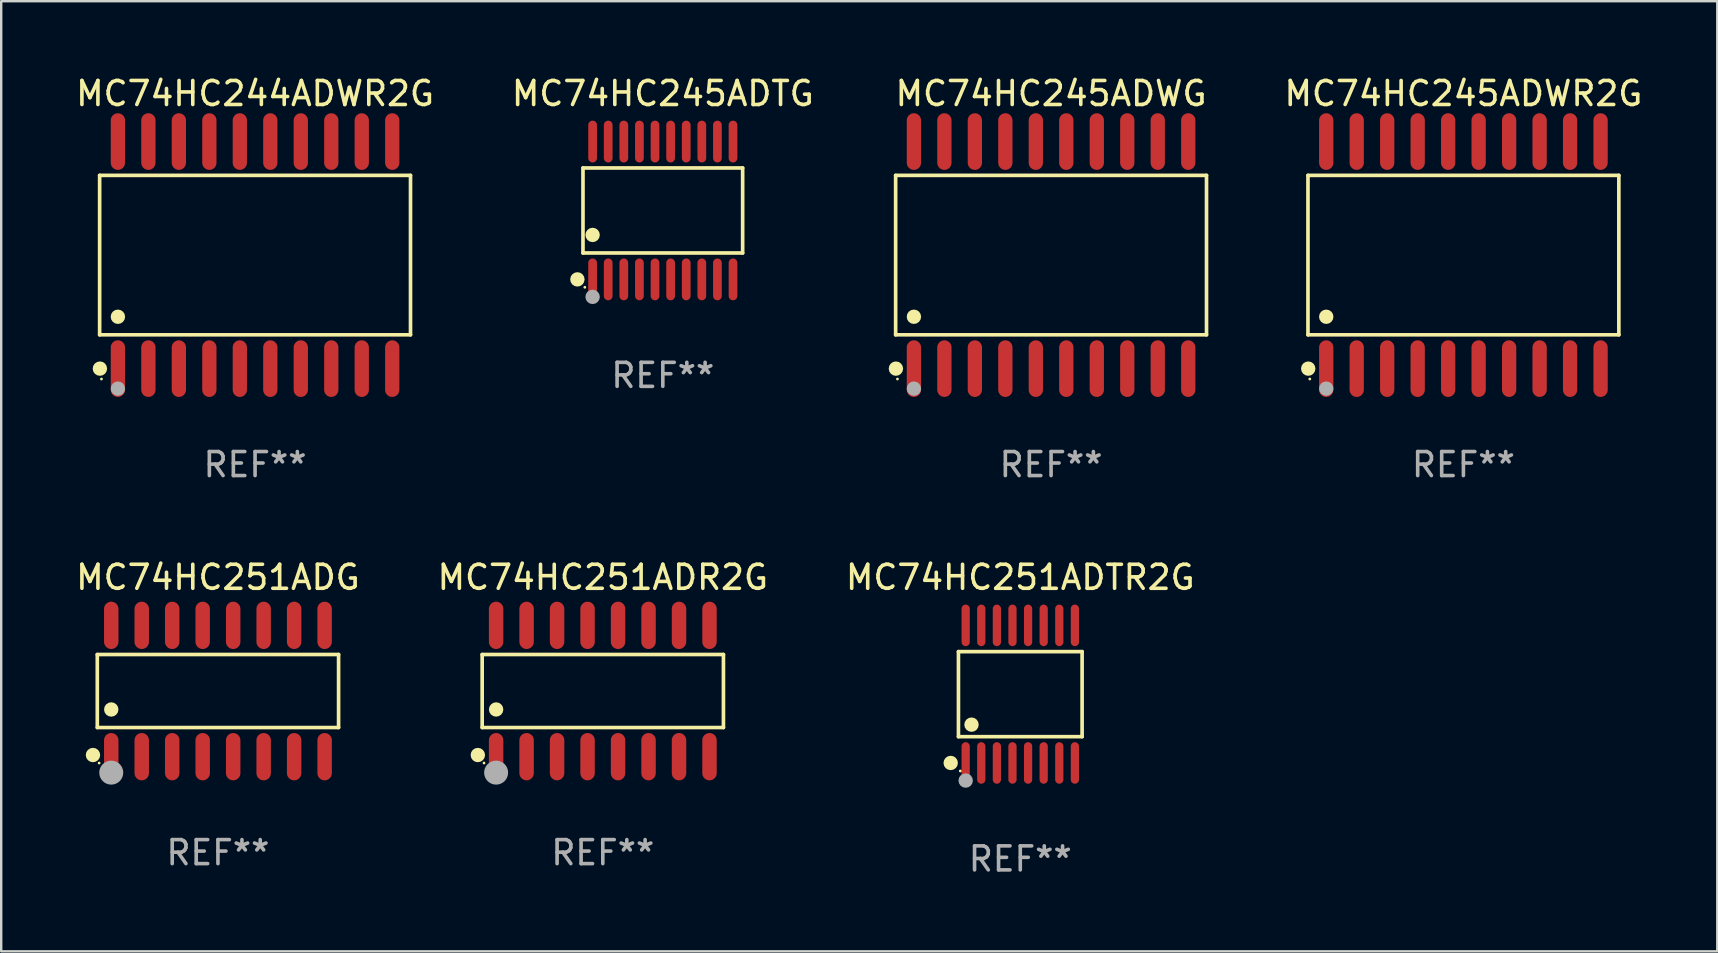
<source format=kicad_pcb>
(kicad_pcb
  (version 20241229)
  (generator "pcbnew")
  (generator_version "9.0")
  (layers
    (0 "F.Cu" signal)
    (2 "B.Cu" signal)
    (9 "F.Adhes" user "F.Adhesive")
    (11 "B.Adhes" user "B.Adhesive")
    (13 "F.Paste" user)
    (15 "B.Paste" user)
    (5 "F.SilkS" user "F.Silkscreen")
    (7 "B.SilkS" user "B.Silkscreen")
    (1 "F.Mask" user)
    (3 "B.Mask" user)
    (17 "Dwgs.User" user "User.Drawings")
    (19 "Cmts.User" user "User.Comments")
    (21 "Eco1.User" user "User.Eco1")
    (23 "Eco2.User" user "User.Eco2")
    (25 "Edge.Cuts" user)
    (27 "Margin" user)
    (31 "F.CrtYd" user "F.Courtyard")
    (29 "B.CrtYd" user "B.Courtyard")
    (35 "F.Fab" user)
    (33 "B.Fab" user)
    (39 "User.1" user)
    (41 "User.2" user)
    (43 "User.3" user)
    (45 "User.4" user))
  (footprint "MC74HC245ADWG"
    (layer "F.Cu")
    (at 40.741 7.578)
    (property "Reference" "MC74HC245ADWG" (at 0 -6.73 0) (layer "F.SilkS") (effects (font (size 1 1) (thickness 0.15))))
    (attr through_hole)
    (fp_line (start -6.476 -3.321) (end 6.476 -3.321) (stroke (width 0.152) (type solid)) (layer "F.SilkS"))
    (fp_line (start -6.476 3.321) (end -6.476 -3.321) (stroke (width 0.152) (type solid)) (layer "F.SilkS"))
    (fp_line (start 6.476 -3.321) (end 6.476 3.321) (stroke (width 0.152) (type solid)) (layer "F.SilkS"))
    (fp_line (start 6.476 3.321) (end -6.476 3.321) (stroke (width 0.152) (type solid)) (layer "F.SilkS"))
    (fp_circle (center -6.465 4.73) (end -6.315 4.73) (stroke (width 0.3) (type solid)) (fill no) (layer "F.SilkS"))
    (fp_circle (center -6.4 5.163) (end -6.37 5.163) (stroke (width 0.06) (type solid)) (fill no) (layer "F.SilkS"))
    (fp_circle (center -5.715 2.569) (end -5.565 2.569) (stroke (width 0.3) (type solid)) (fill no) (layer "F.SilkS"))
    (fp_circle (center -5.715 5.563) (end -5.565 5.563) (stroke (width 0.3) (type solid)) (fill no) (layer "F.Fab"))
    (fp_text user "REF**" (at 0 8.73 0) (layer "F.Fab") (effects (font (size 1 1) (thickness 0.15))))
    (pad "1" smd oval (at -5.715 4.73) (size 0.595 2.36) (layers "F.Cu" "F.Mask" "F.Paste"))
    (pad "2" smd oval (at -4.445 4.73) (size 0.595 2.36) (layers "F.Cu" "F.Mask" "F.Paste"))
    (pad "3" smd oval (at -3.175 4.73) (size 0.595 2.36) (layers "F.Cu" "F.Mask" "F.Paste"))
    (pad "4" smd oval (at -1.905 4.73) (size 0.595 2.36) (layers "F.Cu" "F.Mask" "F.Paste"))
    (pad "5" smd oval (at -0.635 4.73) (size 0.595 2.36) (layers "F.Cu" "F.Mask" "F.Paste"))
    (pad "6" smd oval (at 0.635 4.73) (size 0.595 2.36) (layers "F.Cu" "F.Mask" "F.Paste"))
    (pad "7" smd oval (at 1.905 4.73) (size 0.595 2.36) (layers "F.Cu" "F.Mask" "F.Paste"))
    (pad "8" smd oval (at 3.175 4.73) (size 0.595 2.36) (layers "F.Cu" "F.Mask" "F.Paste"))
    (pad "9" smd oval (at 4.445 4.73) (size 0.595 2.36) (layers "F.Cu" "F.Mask" "F.Paste"))
    (pad "10" smd oval (at 5.715 4.73) (size 0.595 2.36) (layers "F.Cu" "F.Mask" "F.Paste"))
    (pad "11" smd oval (at 5.715 -4.73) (size 0.595 2.36) (layers "F.Cu" "F.Mask" "F.Paste"))
    (pad "12" smd oval (at 4.445 -4.73) (size 0.595 2.36) (layers "F.Cu" "F.Mask" "F.Paste"))
    (pad "13" smd oval (at 3.175 -4.73) (size 0.595 2.36) (layers "F.Cu" "F.Mask" "F.Paste"))
    (pad "14" smd oval (at 1.905 -4.73) (size 0.595 2.36) (layers "F.Cu" "F.Mask" "F.Paste"))
    (pad "15" smd oval (at 0.635 -4.73) (size 0.595 2.36) (layers "F.Cu" "F.Mask" "F.Paste"))
    (pad "16" smd oval (at -0.635 -4.73) (size 0.595 2.36) (layers "F.Cu" "F.Mask" "F.Paste"))
    (pad "17" smd oval (at -1.905 -4.73) (size 0.595 2.36) (layers "F.Cu" "F.Mask" "F.Paste"))
    (pad "18" smd oval (at -3.175 -4.73) (size 0.595 2.36) (layers "F.Cu" "F.Mask" "F.Paste"))
    (pad "19" smd oval (at -4.445 -4.73) (size 0.595 2.36) (layers "F.Cu" "F.Mask" "F.Paste"))
    (pad "20" smd oval (at -5.715 -4.73) (size 0.595 2.36) (layers "F.Cu" "F.Mask" "F.Paste")))
  (footprint "MC74HC251ADG"
    (layer "F.Cu")
    (at 6.03 25.74)
    (property "Reference" "MC74HC251ADG" (at 0 -4.736 0) (layer "F.SilkS") (effects (font (size 1 1) (thickness 0.15))))
    (attr through_hole)
    (fp_line (start -5.026 -1.521) (end 5.026 -1.521) (stroke (width 0.152) (type solid)) (layer "F.SilkS"))
    (fp_line (start -5.026 1.521) (end -5.026 -1.521) (stroke (width 0.152) (type solid)) (layer "F.SilkS"))
    (fp_line (start 5.026 -1.521) (end 5.026 1.521) (stroke (width 0.152) (type solid)) (layer "F.SilkS"))
    (fp_line (start 5.026 1.521) (end -5.026 1.521) (stroke (width 0.152) (type solid)) (layer "F.SilkS"))
    (fp_circle (center -5.207 2.667) (end -5.057 2.667) (stroke (width 0.3) (type solid)) (fill no) (layer "F.SilkS"))
    (fp_circle (center -4.95 3) (end -4.92 3) (stroke (width 0.06) (type solid)) (fill no) (layer "F.SilkS"))
    (fp_circle (center -4.445 0.769) (end -4.295 0.769) (stroke (width 0.3) (type solid)) (fill no) (layer "F.SilkS"))
    (fp_circle (center -4.445 3.4) (end -4.195 3.4) (stroke (width 0.5) (type solid)) (fill no) (layer "F.Fab"))
    (fp_text user "REF**" (at 0 6.736 0) (layer "F.Fab") (effects (font (size 1 1) (thickness 0.15))))
    (pad "1" smd oval (at -4.445 2.736) (size 0.602 1.971) (layers "F.Cu" "F.Mask" "F.Paste"))
    (pad "2" smd oval (at -3.175 2.736) (size 0.602 1.971) (layers "F.Cu" "F.Mask" "F.Paste"))
    (pad "3" smd oval (at -1.905 2.736) (size 0.602 1.971) (layers "F.Cu" "F.Mask" "F.Paste"))
    (pad "4" smd oval (at -0.635 2.736) (size 0.602 1.971) (layers "F.Cu" "F.Mask" "F.Paste"))
    (pad "5" smd oval (at 0.635 2.736) (size 0.602 1.971) (layers "F.Cu" "F.Mask" "F.Paste"))
    (pad "6" smd oval (at 1.905 2.736) (size 0.602 1.971) (layers "F.Cu" "F.Mask" "F.Paste"))
    (pad "7" smd oval (at 3.175 2.736) (size 0.602 1.971) (layers "F.Cu" "F.Mask" "F.Paste"))
    (pad "8" smd oval (at 4.445 2.736) (size 0.602 1.971) (layers "F.Cu" "F.Mask" "F.Paste"))
    (pad "9" smd oval (at 4.445 -2.736) (size 0.602 1.971) (layers "F.Cu" "F.Mask" "F.Paste"))
    (pad "10" smd oval (at 3.175 -2.736) (size 0.602 1.971) (layers "F.Cu" "F.Mask" "F.Paste"))
    (pad "11" smd oval (at 1.905 -2.736) (size 0.602 1.971) (layers "F.Cu" "F.Mask" "F.Paste"))
    (pad "12" smd oval (at 0.635 -2.736) (size 0.602 1.971) (layers "F.Cu" "F.Mask" "F.Paste"))
    (pad "13" smd oval (at -0.635 -2.736) (size 0.602 1.971) (layers "F.Cu" "F.Mask" "F.Paste"))
    (pad "14" smd oval (at -1.905 -2.736) (size 0.602 1.971) (layers "F.Cu" "F.Mask" "F.Paste"))
    (pad "15" smd oval (at -3.175 -2.736) (size 0.602 1.971) (layers "F.Cu" "F.Mask" "F.Paste"))
    (pad "16" smd oval (at -4.445 -2.736) (size 0.602 1.971) (layers "F.Cu" "F.Mask" "F.Paste")))
  (footprint "MC74HC251ADR2G"
    (layer "F.Cu")
    (at 22.065 25.74)
    (property "Reference" "MC74HC251ADR2G" (at 0 -4.736 0) (layer "F.SilkS") (effects (font (size 1 1) (thickness 0.15))))
    (attr through_hole)
    (fp_line (start -5.026 -1.521) (end 5.026 -1.521) (stroke (width 0.152) (type solid)) (layer "F.SilkS"))
    (fp_line (start -5.026 1.521) (end -5.026 -1.521) (stroke (width 0.152) (type solid)) (layer "F.SilkS"))
    (fp_line (start 5.026 -1.521) (end 5.026 1.521) (stroke (width 0.152) (type solid)) (layer "F.SilkS"))
    (fp_line (start 5.026 1.521) (end -5.026 1.521) (stroke (width 0.152) (type solid)) (layer "F.SilkS"))
    (fp_circle (center -5.207 2.667) (end -5.057 2.667) (stroke (width 0.3) (type solid)) (fill no) (layer "F.SilkS"))
    (fp_circle (center -4.95 3) (end -4.92 3) (stroke (width 0.06) (type solid)) (fill no) (layer "F.SilkS"))
    (fp_circle (center -4.445 0.769) (end -4.295 0.769) (stroke (width 0.3) (type solid)) (fill no) (layer "F.SilkS"))
    (fp_circle (center -4.445 3.4) (end -4.195 3.4) (stroke (width 0.5) (type solid)) (fill no) (layer "F.Fab"))
    (fp_text user "REF**" (at 0 6.736 0) (layer "F.Fab") (effects (font (size 1 1) (thickness 0.15))))
    (pad "1" smd oval (at -4.445 2.736) (size 0.602 1.971) (layers "F.Cu" "F.Mask" "F.Paste"))
    (pad "2" smd oval (at -3.175 2.736) (size 0.602 1.971) (layers "F.Cu" "F.Mask" "F.Paste"))
    (pad "3" smd oval (at -1.905 2.736) (size 0.602 1.971) (layers "F.Cu" "F.Mask" "F.Paste"))
    (pad "4" smd oval (at -0.635 2.736) (size 0.602 1.971) (layers "F.Cu" "F.Mask" "F.Paste"))
    (pad "5" smd oval (at 0.635 2.736) (size 0.602 1.971) (layers "F.Cu" "F.Mask" "F.Paste"))
    (pad "6" smd oval (at 1.905 2.736) (size 0.602 1.971) (layers "F.Cu" "F.Mask" "F.Paste"))
    (pad "7" smd oval (at 3.175 2.736) (size 0.602 1.971) (layers "F.Cu" "F.Mask" "F.Paste"))
    (pad "8" smd oval (at 4.445 2.736) (size 0.602 1.971) (layers "F.Cu" "F.Mask" "F.Paste"))
    (pad "9" smd oval (at 4.445 -2.736) (size 0.602 1.971) (layers "F.Cu" "F.Mask" "F.Paste"))
    (pad "10" smd oval (at 3.175 -2.736) (size 0.602 1.971) (layers "F.Cu" "F.Mask" "F.Paste"))
    (pad "11" smd oval (at 1.905 -2.736) (size 0.602 1.971) (layers "F.Cu" "F.Mask" "F.Paste"))
    (pad "12" smd oval (at 0.635 -2.736) (size 0.602 1.971) (layers "F.Cu" "F.Mask" "F.Paste"))
    (pad "13" smd oval (at -0.635 -2.736) (size 0.602 1.971) (layers "F.Cu" "F.Mask" "F.Paste"))
    (pad "14" smd oval (at -1.905 -2.736) (size 0.602 1.971) (layers "F.Cu" "F.Mask" "F.Paste"))
    (pad "15" smd oval (at -3.175 -2.736) (size 0.602 1.971) (layers "F.Cu" "F.Mask" "F.Paste"))
    (pad "16" smd oval (at -4.445 -2.736) (size 0.602 1.971) (layers "F.Cu" "F.Mask" "F.Paste")))
  (footprint "MC74HC245ADTG"
    (layer "F.Cu")
    (at 24.565 5.719)
    (property "Reference" "MC74HC245ADTG" (at 0 -4.871 0) (layer "F.SilkS") (effects (font (size 1 1) (thickness 0.15))))
    (attr through_hole)
    (fp_line (start -3.326 -1.771) (end 3.326 -1.771) (stroke (width 0.152) (type solid)) (layer "F.SilkS"))
    (fp_line (start -3.326 1.771) (end -3.326 -1.771) (stroke (width 0.152) (type solid)) (layer "F.SilkS"))
    (fp_line (start 3.326 -1.771) (end 3.326 1.771) (stroke (width 0.152) (type solid)) (layer "F.SilkS"))
    (fp_line (start 3.326 1.771) (end -3.326 1.771) (stroke (width 0.152) (type solid)) (layer "F.SilkS"))
    (fp_circle (center -3.559 2.871) (end -3.409 2.871) (stroke (width 0.3) (type solid)) (fill no) (layer "F.SilkS"))
    (fp_circle (center -3.25 3.2) (end -3.22 3.2) (stroke (width 0.06) (type solid)) (fill no) (layer "F.SilkS"))
    (fp_circle (center -2.925 1.019) (end -2.775 1.019) (stroke (width 0.3) (type solid)) (fill no) (layer "F.SilkS"))
    (fp_circle (center -2.925 3.6) (end -2.775 3.6) (stroke (width 0.3) (type solid)) (fill no) (layer "F.Fab"))
    (fp_text user "REF**" (at 0 6.871 0) (layer "F.Fab") (effects (font (size 1 1) (thickness 0.15))))
    (pad "1" smd oval (at -2.925 2.871) (size 0.364 1.742) (layers "F.Cu" "F.Mask" "F.Paste"))
    (pad "2" smd oval (at -2.275 2.871) (size 0.364 1.742) (layers "F.Cu" "F.Mask" "F.Paste"))
    (pad "3" smd oval (at -1.625 2.871) (size 0.364 1.742) (layers "F.Cu" "F.Mask" "F.Paste"))
    (pad "4" smd oval (at -0.975 2.871) (size 0.364 1.742) (layers "F.Cu" "F.Mask" "F.Paste"))
    (pad "5" smd oval (at -0.325 2.871) (size 0.364 1.742) (layers "F.Cu" "F.Mask" "F.Paste"))
    (pad "6" smd oval (at 0.325 2.871) (size 0.364 1.742) (layers "F.Cu" "F.Mask" "F.Paste"))
    (pad "7" smd oval (at 0.975 2.871) (size 0.364 1.742) (layers "F.Cu" "F.Mask" "F.Paste"))
    (pad "8" smd oval (at 1.625 2.871) (size 0.364 1.742) (layers "F.Cu" "F.Mask" "F.Paste"))
    (pad "9" smd oval (at 2.275 2.871) (size 0.364 1.742) (layers "F.Cu" "F.Mask" "F.Paste"))
    (pad "10" smd oval (at 2.925 2.871) (size 0.364 1.742) (layers "F.Cu" "F.Mask" "F.Paste"))
    (pad "11" smd oval (at 2.925 -2.871) (size 0.364 1.742) (layers "F.Cu" "F.Mask" "F.Paste"))
    (pad "12" smd oval (at 2.275 -2.871) (size 0.364 1.742) (layers "F.Cu" "F.Mask" "F.Paste"))
    (pad "13" smd oval (at 1.625 -2.871) (size 0.364 1.742) (layers "F.Cu" "F.Mask" "F.Paste"))
    (pad "14" smd oval (at 0.975 -2.871) (size 0.364 1.742) (layers "F.Cu" "F.Mask" "F.Paste"))
    (pad "15" smd oval (at 0.325 -2.871) (size 0.364 1.742) (layers "F.Cu" "F.Mask" "F.Paste"))
    (pad "16" smd oval (at -0.325 -2.871) (size 0.364 1.742) (layers "F.Cu" "F.Mask" "F.Paste"))
    (pad "17" smd oval (at -0.975 -2.871) (size 0.364 1.742) (layers "F.Cu" "F.Mask" "F.Paste"))
    (pad "18" smd oval (at -1.625 -2.871) (size 0.364 1.742) (layers "F.Cu" "F.Mask" "F.Paste"))
    (pad "19" smd oval (at -2.275 -2.871) (size 0.364 1.742) (layers "F.Cu" "F.Mask" "F.Paste"))
    (pad "20" smd oval (at -2.925 -2.871) (size 0.364 1.742) (layers "F.Cu" "F.Mask" "F.Paste")))
  (footprint "MC74HC245ADWR2G"
    (layer "F.Cu")
    (at 57.92 7.578)
    (property "Reference" "MC74HC245ADWR2G" (at 0 -6.73 0) (layer "F.SilkS") (effects (font (size 1 1) (thickness 0.15))))
    (attr through_hole)
    (fp_line (start -6.476 -3.321) (end 6.476 -3.321) (stroke (width 0.152) (type solid)) (layer "F.SilkS"))
    (fp_line (start -6.476 3.321) (end -6.476 -3.321) (stroke (width 0.152) (type solid)) (layer "F.SilkS"))
    (fp_line (start 6.476 -3.321) (end 6.476 3.321) (stroke (width 0.152) (type solid)) (layer "F.SilkS"))
    (fp_line (start 6.476 3.321) (end -6.476 3.321) (stroke (width 0.152) (type solid)) (layer "F.SilkS"))
    (fp_circle (center -6.465 4.73) (end -6.315 4.73) (stroke (width 0.3) (type solid)) (fill no) (layer "F.SilkS"))
    (fp_circle (center -6.4 5.163) (end -6.37 5.163) (stroke (width 0.06) (type solid)) (fill no) (layer "F.SilkS"))
    (fp_circle (center -5.715 2.569) (end -5.565 2.569) (stroke (width 0.3) (type solid)) (fill no) (layer "F.SilkS"))
    (fp_circle (center -5.715 5.563) (end -5.565 5.563) (stroke (width 0.3) (type solid)) (fill no) (layer "F.Fab"))
    (fp_text user "REF**" (at 0 8.73 0) (layer "F.Fab") (effects (font (size 1 1) (thickness 0.15))))
    (pad "1" smd oval (at -5.715 4.73) (size 0.595 2.36) (layers "F.Cu" "F.Mask" "F.Paste"))
    (pad "2" smd oval (at -4.445 4.73) (size 0.595 2.36) (layers "F.Cu" "F.Mask" "F.Paste"))
    (pad "3" smd oval (at -3.175 4.73) (size 0.595 2.36) (layers "F.Cu" "F.Mask" "F.Paste"))
    (pad "4" smd oval (at -1.905 4.73) (size 0.595 2.36) (layers "F.Cu" "F.Mask" "F.Paste"))
    (pad "5" smd oval (at -0.635 4.73) (size 0.595 2.36) (layers "F.Cu" "F.Mask" "F.Paste"))
    (pad "6" smd oval (at 0.635 4.73) (size 0.595 2.36) (layers "F.Cu" "F.Mask" "F.Paste"))
    (pad "7" smd oval (at 1.905 4.73) (size 0.595 2.36) (layers "F.Cu" "F.Mask" "F.Paste"))
    (pad "8" smd oval (at 3.175 4.73) (size 0.595 2.36) (layers "F.Cu" "F.Mask" "F.Paste"))
    (pad "9" smd oval (at 4.445 4.73) (size 0.595 2.36) (layers "F.Cu" "F.Mask" "F.Paste"))
    (pad "10" smd oval (at 5.715 4.73) (size 0.595 2.36) (layers "F.Cu" "F.Mask" "F.Paste"))
    (pad "11" smd oval (at 5.715 -4.73) (size 0.595 2.36) (layers "F.Cu" "F.Mask" "F.Paste"))
    (pad "12" smd oval (at 4.445 -4.73) (size 0.595 2.36) (layers "F.Cu" "F.Mask" "F.Paste"))
    (pad "13" smd oval (at 3.175 -4.73) (size 0.595 2.36) (layers "F.Cu" "F.Mask" "F.Paste"))
    (pad "14" smd oval (at 1.905 -4.73) (size 0.595 2.36) (layers "F.Cu" "F.Mask" "F.Paste"))
    (pad "15" smd oval (at 0.635 -4.73) (size 0.595 2.36) (layers "F.Cu" "F.Mask" "F.Paste"))
    (pad "16" smd oval (at -0.635 -4.73) (size 0.595 2.36) (layers "F.Cu" "F.Mask" "F.Paste"))
    (pad "17" smd oval (at -1.905 -4.73) (size 0.595 2.36) (layers "F.Cu" "F.Mask" "F.Paste"))
    (pad "18" smd oval (at -3.175 -4.73) (size 0.595 2.36) (layers "F.Cu" "F.Mask" "F.Paste"))
    (pad "19" smd oval (at -4.445 -4.73) (size 0.595 2.36) (layers "F.Cu" "F.Mask" "F.Paste"))
    (pad "20" smd oval (at -5.715 -4.73) (size 0.595 2.36) (layers "F.Cu" "F.Mask" "F.Paste")))
  (footprint "MC74HC244ADWR2G"
    (layer "F.Cu")
    (at 7.577 7.578)
    (property "Reference" "MC74HC244ADWR2G" (at 0 -6.73 0) (layer "F.SilkS") (effects (font (size 1 1) (thickness 0.15))))
    (attr through_hole)
    (fp_line (start -6.476 -3.321) (end 6.476 -3.321) (stroke (width 0.152) (type solid)) (layer "F.SilkS"))
    (fp_line (start -6.476 3.321) (end -6.476 -3.321) (stroke (width 0.152) (type solid)) (layer "F.SilkS"))
    (fp_line (start 6.476 -3.321) (end 6.476 3.321) (stroke (width 0.152) (type solid)) (layer "F.SilkS"))
    (fp_line (start 6.476 3.321) (end -6.476 3.321) (stroke (width 0.152) (type solid)) (layer "F.SilkS"))
    (fp_circle (center -6.465 4.73) (end -6.315 4.73) (stroke (width 0.3) (type solid)) (fill no) (layer "F.SilkS"))
    (fp_circle (center -6.4 5.163) (end -6.37 5.163) (stroke (width 0.06) (type solid)) (fill no) (layer "F.SilkS"))
    (fp_circle (center -5.715 2.569) (end -5.565 2.569) (stroke (width 0.3) (type solid)) (fill no) (layer "F.SilkS"))
    (fp_circle (center -5.715 5.563) (end -5.565 5.563) (stroke (width 0.3) (type solid)) (fill no) (layer "F.Fab"))
    (fp_text user "REF**" (at 0 8.73 0) (layer "F.Fab") (effects (font (size 1 1) (thickness 0.15))))
    (pad "1" smd oval (at -5.715 4.73) (size 0.595 2.36) (layers "F.Cu" "F.Mask" "F.Paste"))
    (pad "2" smd oval (at -4.445 4.73) (size 0.595 2.36) (layers "F.Cu" "F.Mask" "F.Paste"))
    (pad "3" smd oval (at -3.175 4.73) (size 0.595 2.36) (layers "F.Cu" "F.Mask" "F.Paste"))
    (pad "4" smd oval (at -1.905 4.73) (size 0.595 2.36) (layers "F.Cu" "F.Mask" "F.Paste"))
    (pad "5" smd oval (at -0.635 4.73) (size 0.595 2.36) (layers "F.Cu" "F.Mask" "F.Paste"))
    (pad "6" smd oval (at 0.635 4.73) (size 0.595 2.36) (layers "F.Cu" "F.Mask" "F.Paste"))
    (pad "7" smd oval (at 1.905 4.73) (size 0.595 2.36) (layers "F.Cu" "F.Mask" "F.Paste"))
    (pad "8" smd oval (at 3.175 4.73) (size 0.595 2.36) (layers "F.Cu" "F.Mask" "F.Paste"))
    (pad "9" smd oval (at 4.445 4.73) (size 0.595 2.36) (layers "F.Cu" "F.Mask" "F.Paste"))
    (pad "10" smd oval (at 5.715 4.73) (size 0.595 2.36) (layers "F.Cu" "F.Mask" "F.Paste"))
    (pad "11" smd oval (at 5.715 -4.73) (size 0.595 2.36) (layers "F.Cu" "F.Mask" "F.Paste"))
    (pad "12" smd oval (at 4.445 -4.73) (size 0.595 2.36) (layers "F.Cu" "F.Mask" "F.Paste"))
    (pad "13" smd oval (at 3.175 -4.73) (size 0.595 2.36) (layers "F.Cu" "F.Mask" "F.Paste"))
    (pad "14" smd oval (at 1.905 -4.73) (size 0.595 2.36) (layers "F.Cu" "F.Mask" "F.Paste"))
    (pad "15" smd oval (at 0.635 -4.73) (size 0.595 2.36) (layers "F.Cu" "F.Mask" "F.Paste"))
    (pad "16" smd oval (at -0.635 -4.73) (size 0.595 2.36) (layers "F.Cu" "F.Mask" "F.Paste"))
    (pad "17" smd oval (at -1.905 -4.73) (size 0.595 2.36) (layers "F.Cu" "F.Mask" "F.Paste"))
    (pad "18" smd oval (at -3.175 -4.73) (size 0.595 2.36) (layers "F.Cu" "F.Mask" "F.Paste"))
    (pad "19" smd oval (at -4.445 -4.73) (size 0.595 2.36) (layers "F.Cu" "F.Mask" "F.Paste"))
    (pad "20" smd oval (at -5.715 -4.73) (size 0.595 2.36) (layers "F.Cu" "F.Mask" "F.Paste")))
  (footprint "MC74HC251ADTR2G"
    (layer "F.Cu")
    (at 39.458 25.871)
    (property "Reference" "MC74HC251ADTR2G" (at 0 -4.866 0) (layer "F.SilkS") (effects (font (size 1 1) (thickness 0.15))))
    (attr through_hole)
    (fp_line (start -2.576 -1.772) (end 2.576 -1.772) (stroke (width 0.152) (type solid)) (layer "F.SilkS"))
    (fp_line (start -2.576 1.771) (end -2.576 -1.772) (stroke (width 0.152) (type solid)) (layer "F.SilkS"))
    (fp_line (start 2.576 -1.772) (end 2.576 1.771) (stroke (width 0.152) (type solid)) (layer "F.SilkS"))
    (fp_line (start 2.576 1.771) (end -2.576 1.771) (stroke (width 0.152) (type solid)) (layer "F.SilkS"))
    (fp_circle (center -2.899 2.866) (end -2.749 2.866) (stroke (width 0.3) (type solid)) (fill no) (layer "F.SilkS"))
    (fp_circle (center -2.5 3.2) (end -2.47 3.2) (stroke (width 0.06) (type solid)) (fill no) (layer "F.SilkS"))
    (fp_circle (center -2.032 1.27) (end -1.882 1.27) (stroke (width 0.3) (type solid)) (fill no) (layer "F.SilkS"))
    (fp_circle (center -2.275 3.6) (end -2.125 3.6) (stroke (width 0.3) (type solid)) (fill no) (layer "F.Fab"))
    (fp_text user "REF**" (at 0 6.866 0) (layer "F.Fab") (effects (font (size 1 1) (thickness 0.15))))
    (pad "1" smd oval (at -2.275 2.866) (size 0.343 1.731) (layers "F.Cu" "F.Mask" "F.Paste"))
    (pad "2" smd oval (at -1.625 2.866) (size 0.343 1.731) (layers "F.Cu" "F.Mask" "F.Paste"))
    (pad "3" smd oval (at -0.975 2.866) (size 0.343 1.731) (layers "F.Cu" "F.Mask" "F.Paste"))
    (pad "4" smd oval (at -0.325 2.866) (size 0.343 1.731) (layers "F.Cu" "F.Mask" "F.Paste"))
    (pad "5" smd oval (at 0.325 2.866) (size 0.343 1.731) (layers "F.Cu" "F.Mask" "F.Paste"))
    (pad "6" smd oval (at 0.975 2.866) (size 0.343 1.731) (layers "F.Cu" "F.Mask" "F.Paste"))
    (pad "7" smd oval (at 1.625 2.866) (size 0.343 1.731) (layers "F.Cu" "F.Mask" "F.Paste"))
    (pad "8" smd oval (at 2.275 2.866) (size 0.343 1.731) (layers "F.Cu" "F.Mask" "F.Paste"))
    (pad "9" smd oval (at 2.275 -2.866) (size 0.343 1.731) (layers "F.Cu" "F.Mask" "F.Paste"))
    (pad "10" smd oval (at 1.625 -2.866) (size 0.343 1.731) (layers "F.Cu" "F.Mask" "F.Paste"))
    (pad "11" smd oval (at 0.975 -2.866) (size 0.343 1.731) (layers "F.Cu" "F.Mask" "F.Paste"))
    (pad "12" smd oval (at 0.325 -2.866) (size 0.343 1.731) (layers "F.Cu" "F.Mask" "F.Paste"))
    (pad "13" smd oval (at -0.325 -2.866) (size 0.343 1.731) (layers "F.Cu" "F.Mask" "F.Paste"))
    (pad "14" smd oval (at -0.975 -2.866) (size 0.343 1.731) (layers "F.Cu" "F.Mask" "F.Paste"))
    (pad "15" smd oval (at -1.625 -2.866) (size 0.343 1.731) (layers "F.Cu" "F.Mask" "F.Paste"))
    (pad "16" smd oval (at -2.275 -2.866) (size 0.343 1.731) (layers "F.Cu" "F.Mask" "F.Paste")))
  (gr_rect
    (start -3 -3)
    (end 68.497 36.585)
    (stroke (width 0.1) (type default))
    (fill no)
    (layer "Edge.Cuts")))
</source>
